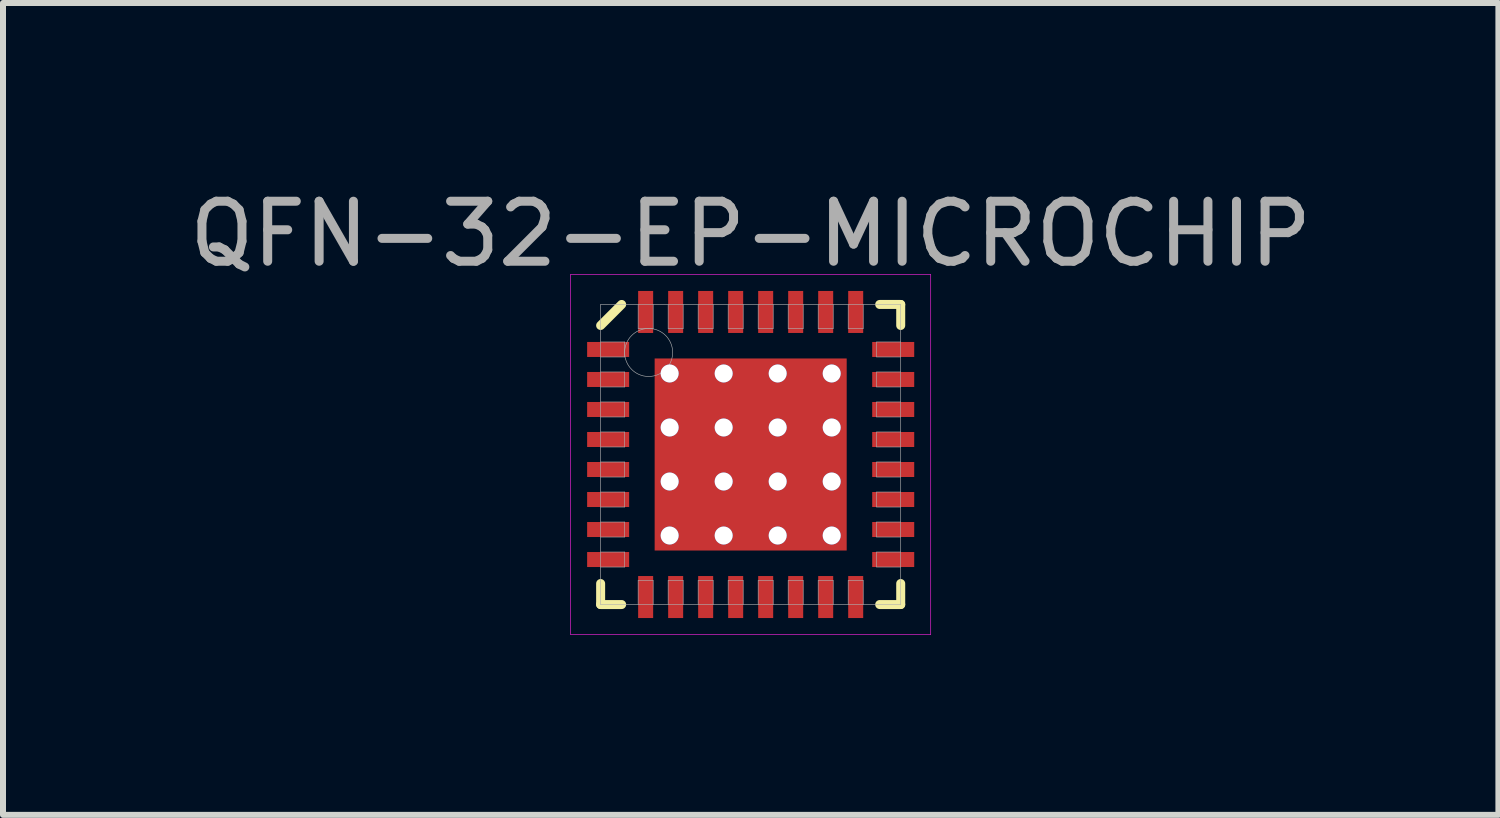
<source format=kicad_pcb>
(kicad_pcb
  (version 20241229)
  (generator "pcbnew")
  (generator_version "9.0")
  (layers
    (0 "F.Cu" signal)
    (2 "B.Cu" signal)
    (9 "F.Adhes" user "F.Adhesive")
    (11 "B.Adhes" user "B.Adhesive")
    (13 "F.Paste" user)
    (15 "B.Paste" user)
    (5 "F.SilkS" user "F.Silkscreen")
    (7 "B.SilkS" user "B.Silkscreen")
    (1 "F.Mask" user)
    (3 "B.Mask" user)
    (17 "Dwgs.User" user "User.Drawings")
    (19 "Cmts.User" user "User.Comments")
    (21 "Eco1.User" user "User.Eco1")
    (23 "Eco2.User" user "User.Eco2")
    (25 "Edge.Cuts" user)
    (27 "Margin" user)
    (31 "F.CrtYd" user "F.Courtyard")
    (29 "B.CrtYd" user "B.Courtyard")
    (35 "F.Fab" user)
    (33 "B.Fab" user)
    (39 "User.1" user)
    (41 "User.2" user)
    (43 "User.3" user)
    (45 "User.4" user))
  (footprint "QFN-32-EP-MICROCHIP"
    (layer "F.Cu")
    (at 9.458 4.523)
    (property "Reference" "QFN-32-EP-MICROCHIP" (at 0 -3.675 0) (layer "F.Fab") (effects (font (size 1 1) (thickness 0.15))))
    (attr through_hole)
    (fp_line (start -2.5 -2.15) (end -2.15 -2.5) (stroke (width 0.15) (type solid)) (layer "F.SilkS"))
    (fp_line (start -2.5 2.5) (end -2.5 2.15) (stroke (width 0.15) (type solid)) (layer "F.SilkS"))
    (fp_line (start -2.15 2.5) (end -2.5 2.5) (stroke (width 0.15) (type solid)) (layer "F.SilkS"))
    (fp_line (start 2.15 -2.5) (end 2.5 -2.5) (stroke (width 0.15) (type solid)) (layer "F.SilkS"))
    (fp_line (start 2.15 2.5) (end 2.5 2.5) (stroke (width 0.15) (type solid)) (layer "F.SilkS"))
    (fp_line (start 2.5 -2.5) (end 2.5 -2.15) (stroke (width 0.15) (type solid)) (layer "F.SilkS"))
    (fp_line (start 2.5 2.5) (end 2.5 2.15) (stroke (width 0.15) (type solid)) (layer "F.SilkS"))
    (fp_line (start -3 -3) (end 3 -3) (stroke (width 0.01) (type solid)) (layer "F.CrtYd"))
    (fp_line (start -3 3) (end -3 -3) (stroke (width 0.01) (type solid)) (layer "F.CrtYd"))
    (fp_line (start 3 -3) (end 3 3) (stroke (width 0.01) (type solid)) (layer "F.CrtYd"))
    (fp_line (start 3 3) (end -3 3) (stroke (width 0.01) (type solid)) (layer "F.CrtYd"))
    (fp_line (start -2.5 -2.5) (end 2.5 -2.5) (stroke (width 0.01) (type solid)) (layer "F.Fab"))
    (fp_line (start -2.5 -1.625) (end -2.1 -1.625) (stroke (width 0.01) (type solid)) (layer "F.Fab"))
    (fp_line (start -2.5 -1.125) (end -2.1 -1.125) (stroke (width 0.01) (type solid)) (layer "F.Fab"))
    (fp_line (start -2.5 -0.625) (end -2.1 -0.625) (stroke (width 0.01) (type solid)) (layer "F.Fab"))
    (fp_line (start -2.5 -0.125) (end -2.1 -0.125) (stroke (width 0.01) (type solid)) (layer "F.Fab"))
    (fp_line (start -2.5 0.375) (end -2.1 0.375) (stroke (width 0.01) (type solid)) (layer "F.Fab"))
    (fp_line (start -2.5 0.875) (end -2.1 0.875) (stroke (width 0.01) (type solid)) (layer "F.Fab"))
    (fp_line (start -2.5 1.375) (end -2.1 1.375) (stroke (width 0.01) (type solid)) (layer "F.Fab"))
    (fp_line (start -2.5 1.875) (end -2.1 1.875) (stroke (width 0.01) (type solid)) (layer "F.Fab"))
    (fp_line (start -2.5 2.5) (end -2.5 -2.5) (stroke (width 0.01) (type solid)) (layer "F.Fab"))
    (fp_line (start -2.1 -1.875) (end -2.5 -1.875) (stroke (width 0.01) (type solid)) (layer "F.Fab"))
    (fp_line (start -2.1 -1.625) (end -2.1 -1.875) (stroke (width 0.01) (type solid)) (layer "F.Fab"))
    (fp_line (start -2.1 -1.375) (end -2.5 -1.375) (stroke (width 0.01) (type solid)) (layer "F.Fab"))
    (fp_line (start -2.1 -1.125) (end -2.1 -1.375) (stroke (width 0.01) (type solid)) (layer "F.Fab"))
    (fp_line (start -2.1 -0.875) (end -2.5 -0.875) (stroke (width 0.01) (type solid)) (layer "F.Fab"))
    (fp_line (start -2.1 -0.625) (end -2.1 -0.875) (stroke (width 0.01) (type solid)) (layer "F.Fab"))
    (fp_line (start -2.1 -0.375) (end -2.5 -0.375) (stroke (width 0.01) (type solid)) (layer "F.Fab"))
    (fp_line (start -2.1 -0.125) (end -2.1 -0.375) (stroke (width 0.01) (type solid)) (layer "F.Fab"))
    (fp_line (start -2.1 0.125) (end -2.5 0.125) (stroke (width 0.01) (type solid)) (layer "F.Fab"))
    (fp_line (start -2.1 0.375) (end -2.1 0.125) (stroke (width 0.01) (type solid)) (layer "F.Fab"))
    (fp_line (start -2.1 0.625) (end -2.5 0.625) (stroke (width 0.01) (type solid)) (layer "F.Fab"))
    (fp_line (start -2.1 0.875) (end -2.1 0.625) (stroke (width 0.01) (type solid)) (layer "F.Fab"))
    (fp_line (start -2.1 1.125) (end -2.5 1.125) (stroke (width 0.01) (type solid)) (layer "F.Fab"))
    (fp_line (start -2.1 1.375) (end -2.1 1.125) (stroke (width 0.01) (type solid)) (layer "F.Fab"))
    (fp_line (start -2.1 1.625) (end -2.5 1.625) (stroke (width 0.01) (type solid)) (layer "F.Fab"))
    (fp_line (start -2.1 1.875) (end -2.1 1.625) (stroke (width 0.01) (type solid)) (layer "F.Fab"))
    (fp_line (start -1.875 -2.5) (end -1.875 -2.1) (stroke (width 0.01) (type solid)) (layer "F.Fab"))
    (fp_line (start -1.875 -2.1) (end -1.625 -2.1) (stroke (width 0.01) (type solid)) (layer "F.Fab"))
    (fp_line (start -1.875 2.1) (end -1.875 2.5) (stroke (width 0.01) (type solid)) (layer "F.Fab"))
    (fp_line (start -1.625 -2.1) (end -1.625 -2.5) (stroke (width 0.01) (type solid)) (layer "F.Fab"))
    (fp_line (start -1.625 2.1) (end -1.875 2.1) (stroke (width 0.01) (type solid)) (layer "F.Fab"))
    (fp_line (start -1.625 2.5) (end -1.625 2.1) (stroke (width 0.01) (type solid)) (layer "F.Fab"))
    (fp_line (start -1.375 -2.5) (end -1.375 -2.1) (stroke (width 0.01) (type solid)) (layer "F.Fab"))
    (fp_line (start -1.375 -2.1) (end -1.125 -2.1) (stroke (width 0.01) (type solid)) (layer "F.Fab"))
    (fp_line (start -1.375 2.1) (end -1.375 2.5) (stroke (width 0.01) (type solid)) (layer "F.Fab"))
    (fp_line (start -1.125 -2.1) (end -1.125 -2.5) (stroke (width 0.01) (type solid)) (layer "F.Fab"))
    (fp_line (start -1.125 2.1) (end -1.375 2.1) (stroke (width 0.01) (type solid)) (layer "F.Fab"))
    (fp_line (start -1.125 2.5) (end -1.125 2.1) (stroke (width 0.01) (type solid)) (layer "F.Fab"))
    (fp_line (start -0.875 -2.5) (end -0.875 -2.1) (stroke (width 0.01) (type solid)) (layer "F.Fab"))
    (fp_line (start -0.875 -2.1) (end -0.625 -2.1) (stroke (width 0.01) (type solid)) (layer "F.Fab"))
    (fp_line (start -0.875 2.1) (end -0.875 2.5) (stroke (width 0.01) (type solid)) (layer "F.Fab"))
    (fp_line (start -0.625 -2.1) (end -0.625 -2.5) (stroke (width 0.01) (type solid)) (layer "F.Fab"))
    (fp_line (start -0.625 2.1) (end -0.875 2.1) (stroke (width 0.01) (type solid)) (layer "F.Fab"))
    (fp_line (start -0.625 2.5) (end -0.625 2.1) (stroke (width 0.01) (type solid)) (layer "F.Fab"))
    (fp_line (start -0.375 -2.5) (end -0.375 -2.1) (stroke (width 0.01) (type solid)) (layer "F.Fab"))
    (fp_line (start -0.375 -2.1) (end -0.125 -2.1) (stroke (width 0.01) (type solid)) (layer "F.Fab"))
    (fp_line (start -0.375 2.1) (end -0.375 2.5) (stroke (width 0.01) (type solid)) (layer "F.Fab"))
    (fp_line (start -0.125 -2.1) (end -0.125 -2.5) (stroke (width 0.01) (type solid)) (layer "F.Fab"))
    (fp_line (start -0.125 2.1) (end -0.375 2.1) (stroke (width 0.01) (type solid)) (layer "F.Fab"))
    (fp_line (start -0.125 2.5) (end -0.125 2.1) (stroke (width 0.01) (type solid)) (layer "F.Fab"))
    (fp_line (start 0.125 -2.5) (end 0.125 -2.1) (stroke (width 0.01) (type solid)) (layer "F.Fab"))
    (fp_line (start 0.125 -2.1) (end 0.375 -2.1) (stroke (width 0.01) (type solid)) (layer "F.Fab"))
    (fp_line (start 0.125 2.1) (end 0.125 2.5) (stroke (width 0.01) (type solid)) (layer "F.Fab"))
    (fp_line (start 0.375 -2.1) (end 0.375 -2.5) (stroke (width 0.01) (type solid)) (layer "F.Fab"))
    (fp_line (start 0.375 2.1) (end 0.125 2.1) (stroke (width 0.01) (type solid)) (layer "F.Fab"))
    (fp_line (start 0.375 2.5) (end 0.375 2.1) (stroke (width 0.01) (type solid)) (layer "F.Fab"))
    (fp_line (start 0.625 -2.5) (end 0.625 -2.1) (stroke (width 0.01) (type solid)) (layer "F.Fab"))
    (fp_line (start 0.625 -2.1) (end 0.875 -2.1) (stroke (width 0.01) (type solid)) (layer "F.Fab"))
    (fp_line (start 0.625 2.1) (end 0.625 2.5) (stroke (width 0.01) (type solid)) (layer "F.Fab"))
    (fp_line (start 0.875 -2.1) (end 0.875 -2.5) (stroke (width 0.01) (type solid)) (layer "F.Fab"))
    (fp_line (start 0.875 2.1) (end 0.625 2.1) (stroke (width 0.01) (type solid)) (layer "F.Fab"))
    (fp_line (start 0.875 2.5) (end 0.875 2.1) (stroke (width 0.01) (type solid)) (layer "F.Fab"))
    (fp_line (start 1.125 -2.5) (end 1.125 -2.1) (stroke (width 0.01) (type solid)) (layer "F.Fab"))
    (fp_line (start 1.125 -2.1) (end 1.375 -2.1) (stroke (width 0.01) (type solid)) (layer "F.Fab"))
    (fp_line (start 1.125 2.1) (end 1.125 2.5) (stroke (width 0.01) (type solid)) (layer "F.Fab"))
    (fp_line (start 1.375 -2.1) (end 1.375 -2.5) (stroke (width 0.01) (type solid)) (layer "F.Fab"))
    (fp_line (start 1.375 2.1) (end 1.125 2.1) (stroke (width 0.01) (type solid)) (layer "F.Fab"))
    (fp_line (start 1.375 2.5) (end 1.375 2.1) (stroke (width 0.01) (type solid)) (layer "F.Fab"))
    (fp_line (start 1.625 -2.5) (end 1.625 -2.1) (stroke (width 0.01) (type solid)) (layer "F.Fab"))
    (fp_line (start 1.625 -2.1) (end 1.875 -2.1) (stroke (width 0.01) (type solid)) (layer "F.Fab"))
    (fp_line (start 1.625 2.1) (end 1.625 2.5) (stroke (width 0.01) (type solid)) (layer "F.Fab"))
    (fp_line (start 1.875 -2.1) (end 1.875 -2.5) (stroke (width 0.01) (type solid)) (layer "F.Fab"))
    (fp_line (start 1.875 2.1) (end 1.625 2.1) (stroke (width 0.01) (type solid)) (layer "F.Fab"))
    (fp_line (start 1.875 2.5) (end 1.875 2.1) (stroke (width 0.01) (type solid)) (layer "F.Fab"))
    (fp_line (start 2.1 -1.875) (end 2.1 -1.625) (stroke (width 0.01) (type solid)) (layer "F.Fab"))
    (fp_line (start 2.1 -1.625) (end 2.5 -1.625) (stroke (width 0.01) (type solid)) (layer "F.Fab"))
    (fp_line (start 2.1 -1.375) (end 2.1 -1.125) (stroke (width 0.01) (type solid)) (layer "F.Fab"))
    (fp_line (start 2.1 -1.125) (end 2.5 -1.125) (stroke (width 0.01) (type solid)) (layer "F.Fab"))
    (fp_line (start 2.1 -0.875) (end 2.1 -0.625) (stroke (width 0.01) (type solid)) (layer "F.Fab"))
    (fp_line (start 2.1 -0.625) (end 2.5 -0.625) (stroke (width 0.01) (type solid)) (layer "F.Fab"))
    (fp_line (start 2.1 -0.375) (end 2.1 -0.125) (stroke (width 0.01) (type solid)) (layer "F.Fab"))
    (fp_line (start 2.1 -0.125) (end 2.5 -0.125) (stroke (width 0.01) (type solid)) (layer "F.Fab"))
    (fp_line (start 2.1 0.125) (end 2.1 0.375) (stroke (width 0.01) (type solid)) (layer "F.Fab"))
    (fp_line (start 2.1 0.375) (end 2.5 0.375) (stroke (width 0.01) (type solid)) (layer "F.Fab"))
    (fp_line (start 2.1 0.625) (end 2.1 0.875) (stroke (width 0.01) (type solid)) (layer "F.Fab"))
    (fp_line (start 2.1 0.875) (end 2.5 0.875) (stroke (width 0.01) (type solid)) (layer "F.Fab"))
    (fp_line (start 2.1 1.125) (end 2.1 1.375) (stroke (width 0.01) (type solid)) (layer "F.Fab"))
    (fp_line (start 2.1 1.375) (end 2.5 1.375) (stroke (width 0.01) (type solid)) (layer "F.Fab"))
    (fp_line (start 2.1 1.625) (end 2.1 1.875) (stroke (width 0.01) (type solid)) (layer "F.Fab"))
    (fp_line (start 2.1 1.875) (end 2.5 1.875) (stroke (width 0.01) (type solid)) (layer "F.Fab"))
    (fp_line (start 2.5 -2.5) (end 2.5 2.5) (stroke (width 0.01) (type solid)) (layer "F.Fab"))
    (fp_line (start 2.5 -1.875) (end 2.1 -1.875) (stroke (width 0.01) (type solid)) (layer "F.Fab"))
    (fp_line (start 2.5 -1.375) (end 2.1 -1.375) (stroke (width 0.01) (type solid)) (layer "F.Fab"))
    (fp_line (start 2.5 -0.875) (end 2.1 -0.875) (stroke (width 0.01) (type solid)) (layer "F.Fab"))
    (fp_line (start 2.5 -0.375) (end 2.1 -0.375) (stroke (width 0.01) (type solid)) (layer "F.Fab"))
    (fp_line (start 2.5 0.125) (end 2.1 0.125) (stroke (width 0.01) (type solid)) (layer "F.Fab"))
    (fp_line (start 2.5 0.625) (end 2.1 0.625) (stroke (width 0.01) (type solid)) (layer "F.Fab"))
    (fp_line (start 2.5 1.125) (end 2.1 1.125) (stroke (width 0.01) (type solid)) (layer "F.Fab"))
    (fp_line (start 2.5 1.625) (end 2.1 1.625) (stroke (width 0.01) (type solid)) (layer "F.Fab"))
    (fp_line (start 2.5 2.5) (end -2.5 2.5) (stroke (width 0.01) (type solid)) (layer "F.Fab"))
    (fp_circle (center -1.7 -1.7) (end -1.7 -1.3) (stroke (width 0.01) (type solid)) (fill no) (layer "F.Fab"))
    (pad "" smd rect (at -1.05 -1.05) (size 0.8 0.8) (layers "F.Paste"))
    (pad "" smd rect (at -1.05 0) (size 0.8 0.8) (layers "F.Paste"))
    (pad "" smd rect (at -1.05 1.05) (size 0.8 0.8) (layers "F.Paste"))
    (pad "" smd rect (at 0 -1.05) (size 0.8 0.8) (layers "F.Paste"))
    (pad "" smd rect (at 0 0) (size 0.8 0.8) (layers "F.Paste"))
    (pad "" smd rect (at 0 1.05) (size 0.8 0.8) (layers "F.Paste"))
    (pad "" smd rect (at 1.05 -1.05) (size 0.8 0.8) (layers "F.Paste"))
    (pad "" smd rect (at 1.05 0) (size 0.8 0.8) (layers "F.Paste"))
    (pad "" smd rect (at 1.05 1.05) (size 0.8 0.8) (layers "F.Paste"))
    (pad "1" smd rect (at -2.375 -1.75) (size 0.7 0.25) (layers "F.Cu" "F.Mask" "F.Paste"))
    (pad "2" smd rect (at -2.375 -1.25) (size 0.7 0.25) (layers "F.Cu" "F.Mask" "F.Paste"))
    (pad "3" smd rect (at -2.375 -0.75) (size 0.7 0.25) (layers "F.Cu" "F.Mask" "F.Paste"))
    (pad "4" smd rect (at -2.375 -0.25) (size 0.7 0.25) (layers "F.Cu" "F.Mask" "F.Paste"))
    (pad "5" smd rect (at -2.375 0.25) (size 0.7 0.25) (layers "F.Cu" "F.Mask" "F.Paste"))
    (pad "6" smd rect (at -2.375 0.75) (size 0.7 0.25) (layers "F.Cu" "F.Mask" "F.Paste"))
    (pad "7" smd rect (at -2.375 1.25) (size 0.7 0.25) (layers "F.Cu" "F.Mask" "F.Paste"))
    (pad "8" smd rect (at -2.375 1.75) (size 0.7 0.25) (layers "F.Cu" "F.Mask" "F.Paste"))
    (pad "9" smd rect (at -1.75 2.375) (size 0.25 0.7) (layers "F.Cu" "F.Mask" "F.Paste"))
    (pad "10" smd rect (at -1.25 2.375) (size 0.25 0.7) (layers "F.Cu" "F.Mask" "F.Paste"))
    (pad "11" smd rect (at -0.75 2.375) (size 0.25 0.7) (layers "F.Cu" "F.Mask" "F.Paste"))
    (pad "12" smd rect (at -0.25 2.375) (size 0.25 0.7) (layers "F.Cu" "F.Mask" "F.Paste"))
    (pad "13" smd rect (at 0.25 2.375) (size 0.25 0.7) (layers "F.Cu" "F.Mask" "F.Paste"))
    (pad "14" smd rect (at 0.75 2.375) (size 0.25 0.7) (layers "F.Cu" "F.Mask" "F.Paste"))
    (pad "15" smd rect (at 1.25 2.375) (size 0.25 0.7) (layers "F.Cu" "F.Mask" "F.Paste"))
    (pad "16" smd rect (at 1.75 2.375) (size 0.25 0.7) (layers "F.Cu" "F.Mask" "F.Paste"))
    (pad "17" smd rect (at 2.375 1.75) (size 0.7 0.25) (layers "F.Cu" "F.Mask" "F.Paste"))
    (pad "18" smd rect (at 2.375 1.25) (size 0.7 0.25) (layers "F.Cu" "F.Mask" "F.Paste"))
    (pad "19" smd rect (at 2.375 0.75) (size 0.7 0.25) (layers "F.Cu" "F.Mask" "F.Paste"))
    (pad "20" smd rect (at 2.375 0.25) (size 0.7 0.25) (layers "F.Cu" "F.Mask" "F.Paste"))
    (pad "21" smd rect (at 2.375 -0.25) (size 0.7 0.25) (layers "F.Cu" "F.Mask" "F.Paste"))
    (pad "22" smd rect (at 2.375 -0.75) (size 0.7 0.25) (layers "F.Cu" "F.Mask" "F.Paste"))
    (pad "23" smd rect (at 2.375 -1.25) (size 0.7 0.25) (layers "F.Cu" "F.Mask" "F.Paste"))
    (pad "24" smd rect (at 2.375 -1.75) (size 0.7 0.25) (layers "F.Cu" "F.Mask" "F.Paste"))
    (pad "25" smd rect (at 1.75 -2.375) (size 0.25 0.7) (layers "F.Cu" "F.Mask" "F.Paste"))
    (pad "26" smd rect (at 1.25 -2.375) (size 0.25 0.7) (layers "F.Cu" "F.Mask" "F.Paste"))
    (pad "27" smd rect (at 0.75 -2.375) (size 0.25 0.7) (layers "F.Cu" "F.Mask" "F.Paste"))
    (pad "28" smd rect (at 0.25 -2.375) (size 0.25 0.7) (layers "F.Cu" "F.Mask" "F.Paste"))
    (pad "29" smd rect (at -0.25 -2.375) (size 0.25 0.7) (layers "F.Cu" "F.Mask" "F.Paste"))
    (pad "30" smd rect (at -0.75 -2.375) (size 0.25 0.7) (layers "F.Cu" "F.Mask" "F.Paste"))
    (pad "31" smd rect (at -1.25 -2.375) (size 0.25 0.7) (layers "F.Cu" "F.Mask" "F.Paste"))
    (pad "32" smd rect (at -1.75 -2.375) (size 0.25 0.7) (layers "F.Cu" "F.Mask" "F.Paste"))
    (pad "EP" thru_hole circle (at -1.35 -1.35) (size 0.3 0.3) (drill 0.3) (layers "*.Cu"))
    (pad "EP" thru_hole circle (at -1.35 -0.45) (size 0.3 0.3) (drill 0.3) (layers "*.Cu"))
    (pad "EP" thru_hole circle (at -1.35 0.45) (size 0.3 0.3) (drill 0.3) (layers "*.Cu"))
    (pad "EP" thru_hole circle (at -1.35 1.35) (size 0.3 0.3) (drill 0.3) (layers "*.Cu"))
    (pad "EP" thru_hole circle (at -0.45 -1.35) (size 0.3 0.3) (drill 0.3) (layers "*.Cu"))
    (pad "EP" thru_hole circle (at -0.45 -0.45) (size 0.3 0.3) (drill 0.3) (layers "*.Cu"))
    (pad "EP" thru_hole circle (at -0.45 0.45) (size 0.3 0.3) (drill 0.3) (layers "*.Cu"))
    (pad "EP" thru_hole circle (at -0.45 1.35) (size 0.3 0.3) (drill 0.3) (layers "*.Cu"))
    (pad "EP" smd rect (at 0 0) (size 3.2 3.2) (layers "F.Cu" "F.Mask"))
    (pad "EP" thru_hole circle (at 0.45 -1.35) (size 0.3 0.3) (drill 0.3) (layers "*.Cu"))
    (pad "EP" thru_hole circle (at 0.45 -0.45) (size 0.3 0.3) (drill 0.3) (layers "*.Cu"))
    (pad "EP" thru_hole circle (at 0.45 0.45) (size 0.3 0.3) (drill 0.3) (layers "*.Cu"))
    (pad "EP" thru_hole circle (at 0.45 1.35) (size 0.3 0.3) (drill 0.3) (layers "*.Cu"))
    (pad "EP" thru_hole circle (at 1.35 -1.35) (size 0.3 0.3) (drill 0.3) (layers "*.Cu"))
    (pad "EP" thru_hole circle (at 1.35 -0.45) (size 0.3 0.3) (drill 0.3) (layers "*.Cu"))
    (pad "EP" thru_hole circle (at 1.35 0.45) (size 0.3 0.3) (drill 0.3) (layers "*.Cu"))
    (pad "EP" thru_hole circle (at 1.35 1.35) (size 0.3 0.3) (drill 0.3) (layers "*.Cu")))
  (gr_rect
    (start -3 -3)
    (end 21.917 10.528)
    (stroke (width 0.1) (type default))
    (fill no)
    (layer "Edge.Cuts")))
</source>
